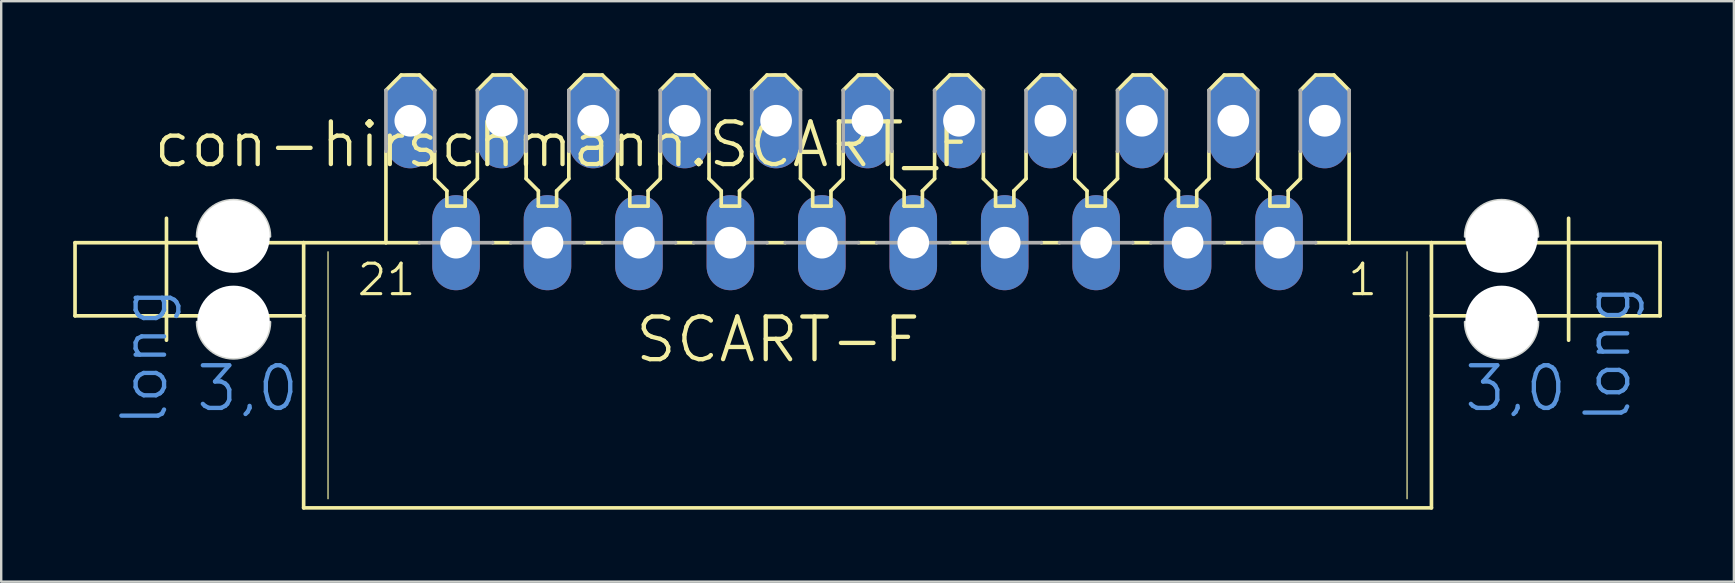
<source format=kicad_pcb>
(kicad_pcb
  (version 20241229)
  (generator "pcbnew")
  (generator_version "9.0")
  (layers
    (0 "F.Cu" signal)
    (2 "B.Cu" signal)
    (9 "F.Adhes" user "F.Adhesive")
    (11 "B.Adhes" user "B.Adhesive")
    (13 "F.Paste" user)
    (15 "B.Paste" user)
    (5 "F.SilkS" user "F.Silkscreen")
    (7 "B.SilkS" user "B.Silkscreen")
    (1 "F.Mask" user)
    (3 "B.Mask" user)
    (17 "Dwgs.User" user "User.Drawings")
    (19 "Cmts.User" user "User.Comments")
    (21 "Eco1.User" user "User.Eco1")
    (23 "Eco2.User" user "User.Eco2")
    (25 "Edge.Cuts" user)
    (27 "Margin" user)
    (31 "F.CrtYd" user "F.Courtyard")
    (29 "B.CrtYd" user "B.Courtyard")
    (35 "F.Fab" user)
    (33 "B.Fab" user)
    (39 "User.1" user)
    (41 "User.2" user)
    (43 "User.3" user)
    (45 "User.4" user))
  (footprint "con-hirschmann.SCART_F"
    (layer "F.Cu")
    (at 33.096 7.061)
    (property "Reference" "con-hirschmann.SCART_F" (at -29.845 -3.048 0) (layer "F.SilkS") (effects (font (size 1.778 1.778) (thickness 0.18)) (justify left bottom)))
    (attr through_hole)
    (fp_line (start -33.02 3.048) (end -33.02 0) (stroke (width 0.152) (type default)) (layer "F.SilkS"))
    (fp_line (start -33.02 3.048) (end -23.495 3.048) (stroke (width 0.152) (type default)) (layer "F.SilkS"))
    (fp_line (start -29.21 4.064) (end -29.21 -1.016) (stroke (width 0.152) (type default)) (layer "F.SilkS"))
    (fp_line (start -23.495 0) (end -33.02 0) (stroke (width 0.152) (type default)) (layer "F.SilkS"))
    (fp_line (start -23.495 3.048) (end -23.495 0) (stroke (width 0.152) (type default)) (layer "F.SilkS"))
    (fp_line (start -23.495 11.049) (end -23.495 3.048) (stroke (width 0.152) (type default)) (layer "F.SilkS"))
    (fp_line (start -23.495 11.049) (end 23.495 11.049) (stroke (width 0.152) (type default)) (layer "F.SilkS"))
    (fp_line (start -22.479 0.381) (end -22.479 10.668) (stroke (width 0.051) (type default)) (layer "F.SilkS"))
    (fp_line (start -20.066 0) (end -23.495 0) (stroke (width 0.152) (type default)) (layer "F.SilkS"))
    (fp_line (start -20.066 0) (end -20.066 -3.81) (stroke (width 0.152) (type default)) (layer "F.SilkS"))
    (fp_line (start -19.431 -6.985) (end -20.066 -6.35) (stroke (width 0.152) (type default)) (layer "F.SilkS"))
    (fp_line (start -18.669 -6.985) (end -19.431 -6.985) (stroke (width 0.152) (type default)) (layer "F.SilkS"))
    (fp_line (start -18.669 0) (end -20.066 0) (stroke (width 0.152) (type default)) (layer "F.SilkS"))
    (fp_line (start -18.034 -6.35) (end -18.669 -6.985) (stroke (width 0.152) (type default)) (layer "F.SilkS"))
    (fp_line (start -18.034 -2.667) (end -18.034 -3.81) (stroke (width 0.152) (type default)) (layer "F.SilkS"))
    (fp_line (start -17.526 -2.159) (end -18.034 -2.667) (stroke (width 0.152) (type default)) (layer "F.SilkS"))
    (fp_line (start -17.526 -1.524) (end -17.526 -2.159) (stroke (width 0.152) (type default)) (layer "F.SilkS"))
    (fp_line (start -16.764 -2.159) (end -16.764 -1.524) (stroke (width 0.152) (type default)) (layer "F.SilkS"))
    (fp_line (start -16.764 -1.524) (end -17.526 -1.524) (stroke (width 0.152) (type default)) (layer "F.SilkS"))
    (fp_line (start -16.256 -3.81) (end -16.256 -2.667) (stroke (width 0.152) (type default)) (layer "F.SilkS"))
    (fp_line (start -16.256 -2.667) (end -16.764 -2.159) (stroke (width 0.152) (type default)) (layer "F.SilkS"))
    (fp_line (start -15.621 -6.985) (end -16.256 -6.35) (stroke (width 0.152) (type default)) (layer "F.SilkS"))
    (fp_line (start -14.859 -6.985) (end -15.621 -6.985) (stroke (width 0.152) (type default)) (layer "F.SilkS"))
    (fp_line (start -14.859 0) (end -15.621 0) (stroke (width 0.152) (type default)) (layer "F.SilkS"))
    (fp_line (start -14.224 -6.35) (end -14.859 -6.985) (stroke (width 0.152) (type default)) (layer "F.SilkS"))
    (fp_line (start -14.224 -2.667) (end -14.224 -3.81) (stroke (width 0.152) (type default)) (layer "F.SilkS"))
    (fp_line (start -13.716 -2.159) (end -14.224 -2.667) (stroke (width 0.152) (type default)) (layer "F.SilkS"))
    (fp_line (start -13.716 -1.524) (end -13.716 -2.159) (stroke (width 0.152) (type default)) (layer "F.SilkS"))
    (fp_line (start -12.954 -2.159) (end -12.954 -1.524) (stroke (width 0.152) (type default)) (layer "F.SilkS"))
    (fp_line (start -12.954 -1.524) (end -13.716 -1.524) (stroke (width 0.152) (type default)) (layer "F.SilkS"))
    (fp_line (start -12.446 -3.81) (end -12.446 -2.667) (stroke (width 0.152) (type default)) (layer "F.SilkS"))
    (fp_line (start -12.446 -2.667) (end -12.954 -2.159) (stroke (width 0.152) (type default)) (layer "F.SilkS"))
    (fp_line (start -11.811 -6.985) (end -12.446 -6.35) (stroke (width 0.152) (type default)) (layer "F.SilkS"))
    (fp_line (start -11.049 -6.985) (end -11.811 -6.985) (stroke (width 0.152) (type default)) (layer "F.SilkS"))
    (fp_line (start -11.049 0) (end -11.811 0) (stroke (width 0.152) (type default)) (layer "F.SilkS"))
    (fp_line (start -10.414 -6.35) (end -11.049 -6.985) (stroke (width 0.152) (type default)) (layer "F.SilkS"))
    (fp_line (start -10.414 -2.667) (end -10.414 -3.81) (stroke (width 0.152) (type default)) (layer "F.SilkS"))
    (fp_line (start -9.906 -2.159) (end -10.414 -2.667) (stroke (width 0.152) (type default)) (layer "F.SilkS"))
    (fp_line (start -9.906 -1.524) (end -9.906 -2.159) (stroke (width 0.152) (type default)) (layer "F.SilkS"))
    (fp_line (start -9.144 -2.159) (end -9.144 -1.524) (stroke (width 0.152) (type default)) (layer "F.SilkS"))
    (fp_line (start -9.144 -1.524) (end -9.906 -1.524) (stroke (width 0.152) (type default)) (layer "F.SilkS"))
    (fp_line (start -8.636 -3.81) (end -8.636 -2.667) (stroke (width 0.152) (type default)) (layer "F.SilkS"))
    (fp_line (start -8.636 -2.667) (end -9.144 -2.159) (stroke (width 0.152) (type default)) (layer "F.SilkS"))
    (fp_line (start -8.001 -6.985) (end -8.636 -6.35) (stroke (width 0.152) (type default)) (layer "F.SilkS"))
    (fp_line (start -7.239 -6.985) (end -8.001 -6.985) (stroke (width 0.152) (type default)) (layer "F.SilkS"))
    (fp_line (start -7.239 0) (end -8.001 0) (stroke (width 0.152) (type default)) (layer "F.SilkS"))
    (fp_line (start -6.604 -6.35) (end -7.239 -6.985) (stroke (width 0.152) (type default)) (layer "F.SilkS"))
    (fp_line (start -6.604 -2.667) (end -6.604 -3.81) (stroke (width 0.152) (type default)) (layer "F.SilkS"))
    (fp_line (start -6.096 -2.159) (end -6.604 -2.667) (stroke (width 0.152) (type default)) (layer "F.SilkS"))
    (fp_line (start -6.096 -1.524) (end -6.096 -2.159) (stroke (width 0.152) (type default)) (layer "F.SilkS"))
    (fp_line (start -5.334 -2.159) (end -5.334 -1.524) (stroke (width 0.152) (type default)) (layer "F.SilkS"))
    (fp_line (start -5.334 -1.524) (end -6.096 -1.524) (stroke (width 0.152) (type default)) (layer "F.SilkS"))
    (fp_line (start -4.826 -3.81) (end -4.826 -2.667) (stroke (width 0.152) (type default)) (layer "F.SilkS"))
    (fp_line (start -4.826 -2.667) (end -5.334 -2.159) (stroke (width 0.152) (type default)) (layer "F.SilkS"))
    (fp_line (start -4.191 -6.985) (end -4.826 -6.35) (stroke (width 0.152) (type default)) (layer "F.SilkS"))
    (fp_line (start -3.429 -6.985) (end -4.191 -6.985) (stroke (width 0.152) (type default)) (layer "F.SilkS"))
    (fp_line (start -3.429 0) (end -4.191 0) (stroke (width 0.152) (type default)) (layer "F.SilkS"))
    (fp_line (start -2.794 -6.35) (end -3.429 -6.985) (stroke (width 0.152) (type default)) (layer "F.SilkS"))
    (fp_line (start -2.794 -2.667) (end -2.794 -3.81) (stroke (width 0.152) (type default)) (layer "F.SilkS"))
    (fp_line (start -2.286 -2.159) (end -2.794 -2.667) (stroke (width 0.152) (type default)) (layer "F.SilkS"))
    (fp_line (start -2.286 -1.524) (end -2.286 -2.159) (stroke (width 0.152) (type default)) (layer "F.SilkS"))
    (fp_line (start -1.524 -2.159) (end -1.524 -1.524) (stroke (width 0.152) (type default)) (layer "F.SilkS"))
    (fp_line (start -1.524 -1.524) (end -2.286 -1.524) (stroke (width 0.152) (type default)) (layer "F.SilkS"))
    (fp_line (start -1.016 -3.81) (end -1.016 -2.667) (stroke (width 0.152) (type default)) (layer "F.SilkS"))
    (fp_line (start -1.016 -2.667) (end -1.524 -2.159) (stroke (width 0.152) (type default)) (layer "F.SilkS"))
    (fp_line (start -0.381 -6.985) (end -1.016 -6.35) (stroke (width 0.152) (type default)) (layer "F.SilkS"))
    (fp_line (start 0.381 -6.985) (end -0.381 -6.985) (stroke (width 0.152) (type default)) (layer "F.SilkS"))
    (fp_line (start 0.381 0) (end -0.381 0) (stroke (width 0.152) (type default)) (layer "F.SilkS"))
    (fp_line (start 1.016 -6.35) (end 0.381 -6.985) (stroke (width 0.152) (type default)) (layer "F.SilkS"))
    (fp_line (start 1.016 -2.667) (end 1.016 -3.81) (stroke (width 0.152) (type default)) (layer "F.SilkS"))
    (fp_line (start 1.524 -2.159) (end 1.016 -2.667) (stroke (width 0.152) (type default)) (layer "F.SilkS"))
    (fp_line (start 1.524 -1.524) (end 1.524 -2.159) (stroke (width 0.152) (type default)) (layer "F.SilkS"))
    (fp_line (start 2.286 -2.159) (end 2.286 -1.524) (stroke (width 0.152) (type default)) (layer "F.SilkS"))
    (fp_line (start 2.286 -1.524) (end 1.524 -1.524) (stroke (width 0.152) (type default)) (layer "F.SilkS"))
    (fp_line (start 2.794 -3.81) (end 2.794 -2.667) (stroke (width 0.152) (type default)) (layer "F.SilkS"))
    (fp_line (start 2.794 -2.667) (end 2.286 -2.159) (stroke (width 0.152) (type default)) (layer "F.SilkS"))
    (fp_line (start 3.429 -6.985) (end 2.794 -6.35) (stroke (width 0.152) (type default)) (layer "F.SilkS"))
    (fp_line (start 4.191 -6.985) (end 3.429 -6.985) (stroke (width 0.152) (type default)) (layer "F.SilkS"))
    (fp_line (start 4.191 0) (end 3.429 0) (stroke (width 0.152) (type default)) (layer "F.SilkS"))
    (fp_line (start 4.826 -6.35) (end 4.191 -6.985) (stroke (width 0.152) (type default)) (layer "F.SilkS"))
    (fp_line (start 4.826 -2.667) (end 4.826 -3.81) (stroke (width 0.152) (type default)) (layer "F.SilkS"))
    (fp_line (start 5.334 -2.159) (end 4.826 -2.667) (stroke (width 0.152) (type default)) (layer "F.SilkS"))
    (fp_line (start 5.334 -1.524) (end 5.334 -2.159) (stroke (width 0.152) (type default)) (layer "F.SilkS"))
    (fp_line (start 6.096 -2.159) (end 6.096 -1.524) (stroke (width 0.152) (type default)) (layer "F.SilkS"))
    (fp_line (start 6.096 -1.524) (end 5.334 -1.524) (stroke (width 0.152) (type default)) (layer "F.SilkS"))
    (fp_line (start 6.604 -3.81) (end 6.604 -2.667) (stroke (width 0.152) (type default)) (layer "F.SilkS"))
    (fp_line (start 6.604 -2.667) (end 6.096 -2.159) (stroke (width 0.152) (type default)) (layer "F.SilkS"))
    (fp_line (start 7.239 -6.985) (end 6.604 -6.35) (stroke (width 0.152) (type default)) (layer "F.SilkS"))
    (fp_line (start 8.001 -6.985) (end 7.239 -6.985) (stroke (width 0.152) (type default)) (layer "F.SilkS"))
    (fp_line (start 8.001 0) (end 7.239 0) (stroke (width 0.152) (type default)) (layer "F.SilkS"))
    (fp_line (start 8.636 -6.35) (end 8.001 -6.985) (stroke (width 0.152) (type default)) (layer "F.SilkS"))
    (fp_line (start 8.636 -2.667) (end 8.636 -3.81) (stroke (width 0.152) (type default)) (layer "F.SilkS"))
    (fp_line (start 9.144 -2.159) (end 8.636 -2.667) (stroke (width 0.152) (type default)) (layer "F.SilkS"))
    (fp_line (start 9.144 -1.524) (end 9.144 -2.159) (stroke (width 0.152) (type default)) (layer "F.SilkS"))
    (fp_line (start 9.906 -2.159) (end 9.906 -1.524) (stroke (width 0.152) (type default)) (layer "F.SilkS"))
    (fp_line (start 9.906 -1.524) (end 9.144 -1.524) (stroke (width 0.152) (type default)) (layer "F.SilkS"))
    (fp_line (start 10.414 -3.81) (end 10.414 -2.667) (stroke (width 0.152) (type default)) (layer "F.SilkS"))
    (fp_line (start 10.414 -2.667) (end 9.906 -2.159) (stroke (width 0.152) (type default)) (layer "F.SilkS"))
    (fp_line (start 11.049 -6.985) (end 10.414 -6.35) (stroke (width 0.152) (type default)) (layer "F.SilkS"))
    (fp_line (start 11.811 -6.985) (end 11.049 -6.985) (stroke (width 0.152) (type default)) (layer "F.SilkS"))
    (fp_line (start 11.811 0) (end 11.049 0) (stroke (width 0.152) (type default)) (layer "F.SilkS"))
    (fp_line (start 12.446 -6.35) (end 11.811 -6.985) (stroke (width 0.152) (type default)) (layer "F.SilkS"))
    (fp_line (start 12.446 -2.667) (end 12.446 -3.81) (stroke (width 0.152) (type default)) (layer "F.SilkS"))
    (fp_line (start 12.954 -2.159) (end 12.446 -2.667) (stroke (width 0.152) (type default)) (layer "F.SilkS"))
    (fp_line (start 12.954 -1.524) (end 12.954 -2.159) (stroke (width 0.152) (type default)) (layer "F.SilkS"))
    (fp_line (start 13.716 -2.159) (end 13.716 -1.524) (stroke (width 0.152) (type default)) (layer "F.SilkS"))
    (fp_line (start 13.716 -1.524) (end 12.954 -1.524) (stroke (width 0.152) (type default)) (layer "F.SilkS"))
    (fp_line (start 14.224 -3.81) (end 14.224 -2.667) (stroke (width 0.152) (type default)) (layer "F.SilkS"))
    (fp_line (start 14.224 -2.667) (end 13.716 -2.159) (stroke (width 0.152) (type default)) (layer "F.SilkS"))
    (fp_line (start 14.859 -6.985) (end 14.224 -6.35) (stroke (width 0.152) (type default)) (layer "F.SilkS"))
    (fp_line (start 15.621 -6.985) (end 14.859 -6.985) (stroke (width 0.152) (type default)) (layer "F.SilkS"))
    (fp_line (start 15.621 0) (end 14.859 0) (stroke (width 0.152) (type default)) (layer "F.SilkS"))
    (fp_line (start 16.256 -6.35) (end 15.621 -6.985) (stroke (width 0.152) (type default)) (layer "F.SilkS"))
    (fp_line (start 16.256 -2.667) (end 16.256 -3.81) (stroke (width 0.152) (type default)) (layer "F.SilkS"))
    (fp_line (start 16.764 -2.159) (end 16.256 -2.667) (stroke (width 0.152) (type default)) (layer "F.SilkS"))
    (fp_line (start 16.764 -1.524) (end 16.764 -2.159) (stroke (width 0.152) (type default)) (layer "F.SilkS"))
    (fp_line (start 17.526 -2.159) (end 17.526 -1.524) (stroke (width 0.152) (type default)) (layer "F.SilkS"))
    (fp_line (start 17.526 -1.524) (end 16.764 -1.524) (stroke (width 0.152) (type default)) (layer "F.SilkS"))
    (fp_line (start 18.034 -3.81) (end 18.034 -2.667) (stroke (width 0.152) (type default)) (layer "F.SilkS"))
    (fp_line (start 18.034 -2.667) (end 17.526 -2.159) (stroke (width 0.152) (type default)) (layer "F.SilkS"))
    (fp_line (start 18.669 -6.985) (end 18.034 -6.35) (stroke (width 0.152) (type default)) (layer "F.SilkS"))
    (fp_line (start 18.669 -6.985) (end 19.431 -6.985) (stroke (width 0.152) (type default)) (layer "F.SilkS"))
    (fp_line (start 20.066 -6.35) (end 19.431 -6.985) (stroke (width 0.152) (type default)) (layer "F.SilkS"))
    (fp_line (start 20.066 0) (end 18.669 0) (stroke (width 0.152) (type default)) (layer "F.SilkS"))
    (fp_line (start 20.066 0) (end 20.066 -3.81) (stroke (width 0.152) (type default)) (layer "F.SilkS"))
    (fp_line (start 22.479 0.381) (end 22.479 10.668) (stroke (width 0.051) (type default)) (layer "F.SilkS"))
    (fp_line (start 23.495 0) (end 20.066 0) (stroke (width 0.152) (type default)) (layer "F.SilkS"))
    (fp_line (start 23.495 3.048) (end 23.495 0) (stroke (width 0.152) (type default)) (layer "F.SilkS"))
    (fp_line (start 23.495 3.048) (end 33.02 3.048) (stroke (width 0.152) (type default)) (layer "F.SilkS"))
    (fp_line (start 23.495 11.049) (end 23.495 3.048) (stroke (width 0.152) (type default)) (layer "F.SilkS"))
    (fp_line (start 29.21 4.064) (end 29.21 -1.016) (stroke (width 0.152) (type default)) (layer "F.SilkS"))
    (fp_line (start 33.02 0) (end 23.495 0) (stroke (width 0.152) (type default)) (layer "F.SilkS"))
    (fp_line (start 33.02 3.048) (end 33.02 0) (stroke (width 0.152) (type default)) (layer "F.SilkS"))
    (fp_line (start -27.94 3.302) (end -27.94 -0.254) (stroke (width 0.002) (type default)) (layer "Edge.Cuts"))
    (fp_line (start -24.892 -0.254) (end -24.892 3.302) (stroke (width 0.002) (type default)) (layer "Edge.Cuts"))
    (fp_line (start 24.892 3.302) (end 24.892 -0.254) (stroke (width 0.002) (type default)) (layer "Edge.Cuts"))
    (fp_line (start 27.94 -0.254) (end 27.94 3.302) (stroke (width 0.002) (type default)) (layer "Edge.Cuts"))
    (fp_arc (start -27.94 -0.254) (mid -26.416 -1.778) (end -24.892 -0.254) (stroke (width 0.1) (type default)) (layer "Edge.Cuts"))
    (fp_arc (start -24.892 3.302) (mid -26.416 4.826) (end -27.94 3.302) (stroke (width 0.1) (type default)) (layer "Edge.Cuts"))
    (fp_arc (start 24.892 -0.254) (mid 26.416 -1.778) (end 27.94 -0.254) (stroke (width 0.1) (type default)) (layer "Edge.Cuts"))
    (fp_arc (start 27.94 3.302) (mid 26.416 4.826) (end 24.892 3.302) (stroke (width 0.1) (type default)) (layer "Edge.Cuts"))
    (fp_line (start -20.066 -6.35) (end -20.066 -3.81) (stroke (width 0.152) (type default)) (layer "F.Fab"))
    (fp_line (start -18.669 0) (end -15.621 0) (stroke (width 0.152) (type default)) (layer "F.Fab"))
    (fp_line (start -18.034 -3.81) (end -18.034 -6.35) (stroke (width 0.152) (type default)) (layer "F.Fab"))
    (fp_line (start -16.256 -6.35) (end -16.256 -3.81) (stroke (width 0.152) (type default)) (layer "F.Fab"))
    (fp_line (start -14.859 0) (end -11.811 0) (stroke (width 0.152) (type default)) (layer "F.Fab"))
    (fp_line (start -14.224 -3.81) (end -14.224 -6.35) (stroke (width 0.152) (type default)) (layer "F.Fab"))
    (fp_line (start -12.446 -6.35) (end -12.446 -3.81) (stroke (width 0.152) (type default)) (layer "F.Fab"))
    (fp_line (start -11.049 0) (end -8.001 0) (stroke (width 0.152) (type default)) (layer "F.Fab"))
    (fp_line (start -10.414 -3.81) (end -10.414 -6.35) (stroke (width 0.152) (type default)) (layer "F.Fab"))
    (fp_line (start -8.636 -6.35) (end -8.636 -3.81) (stroke (width 0.152) (type default)) (layer "F.Fab"))
    (fp_line (start -7.239 0) (end -4.191 0) (stroke (width 0.152) (type default)) (layer "F.Fab"))
    (fp_line (start -6.604 -3.81) (end -6.604 -6.35) (stroke (width 0.152) (type default)) (layer "F.Fab"))
    (fp_line (start -4.826 -6.35) (end -4.826 -3.81) (stroke (width 0.152) (type default)) (layer "F.Fab"))
    (fp_line (start -3.429 0) (end -0.381 0) (stroke (width 0.152) (type default)) (layer "F.Fab"))
    (fp_line (start -2.794 -3.81) (end -2.794 -6.35) (stroke (width 0.152) (type default)) (layer "F.Fab"))
    (fp_line (start -1.016 -6.35) (end -1.016 -3.81) (stroke (width 0.152) (type default)) (layer "F.Fab"))
    (fp_line (start 0.381 0) (end 3.429 0) (stroke (width 0.152) (type default)) (layer "F.Fab"))
    (fp_line (start 1.016 -3.81) (end 1.016 -6.35) (stroke (width 0.152) (type default)) (layer "F.Fab"))
    (fp_line (start 2.794 -6.35) (end 2.794 -3.81) (stroke (width 0.152) (type default)) (layer "F.Fab"))
    (fp_line (start 4.191 0) (end 7.239 0) (stroke (width 0.152) (type default)) (layer "F.Fab"))
    (fp_line (start 4.826 -3.81) (end 4.826 -6.35) (stroke (width 0.152) (type default)) (layer "F.Fab"))
    (fp_line (start 6.604 -6.35) (end 6.604 -3.81) (stroke (width 0.152) (type default)) (layer "F.Fab"))
    (fp_line (start 8.001 0) (end 11.049 0) (stroke (width 0.152) (type default)) (layer "F.Fab"))
    (fp_line (start 8.636 -3.81) (end 8.636 -6.35) (stroke (width 0.152) (type default)) (layer "F.Fab"))
    (fp_line (start 10.414 -6.35) (end 10.414 -3.81) (stroke (width 0.152) (type default)) (layer "F.Fab"))
    (fp_line (start 11.811 0) (end 14.859 0) (stroke (width 0.152) (type default)) (layer "F.Fab"))
    (fp_line (start 12.446 -3.81) (end 12.446 -6.35) (stroke (width 0.152) (type default)) (layer "F.Fab"))
    (fp_line (start 14.224 -6.35) (end 14.224 -3.81) (stroke (width 0.152) (type default)) (layer "F.Fab"))
    (fp_line (start 15.621 0) (end 18.669 0) (stroke (width 0.152) (type default)) (layer "F.Fab"))
    (fp_line (start 16.256 -3.81) (end 16.256 -6.35) (stroke (width 0.152) (type default)) (layer "F.Fab"))
    (fp_line (start 18.034 -6.35) (end 18.034 -3.81) (stroke (width 0.152) (type default)) (layer "F.Fab"))
    (fp_line (start 20.066 -3.81) (end 20.066 -6.35) (stroke (width 0.152) (type default)) (layer "F.Fab"))
    (fp_text user "21" (at -21.336 2.286 0) (layer "F.SilkS") (effects (font (size 1.27 1.27) (thickness 0.13)) (justify left bottom)))
    (fp_text user "1" (at 19.939 2.286 0) (layer "F.SilkS") (effects (font (size 1.27 1.27) (thickness 0.13)) (justify left bottom)))
    (fp_text user "SCART-F" (at -9.779 5.08 0) (layer "F.SilkS") (effects (font (size 1.778 1.778) (thickness 0.18)) (justify left bottom)))
    (fp_text user "long" (at 31.877 7.62 90) (layer "Cmts.User") (effects (font (size 1.778 1.778) (thickness 0.18)) (justify left bottom)))
    (fp_text user "long " (at -29.083 7.747 90) (layer "Cmts.User") (effects (font (size 1.778 1.778) (thickness 0.18)) (justify left bottom)))
    (fp_text user "3,0" (at 24.765 7.112 0) (layer "Cmts.User") (effects (font (size 1.778 1.778) (thickness 0.18)) (justify left bottom)))
    (fp_text user "3,0 " (at -28.067 7.112 0) (layer "Cmts.User") (effects (font (size 1.778 1.778) (thickness 0.18)) (justify left bottom)))
    (pad "" np_thru_hole circle (at -26.416 -0.254) (size 3.023 3.023) (drill 3.023) (layers "*.Cu" "*.Mask"))
    (pad "" np_thru_hole circle (at -26.416 3.302) (size 3.023 3.023) (drill 3.023) (layers "*.Cu" "*.Mask"))
    (pad "" np_thru_hole circle (at 26.416 -0.254) (size 3.023 3.023) (drill 3.023) (layers "*.Cu" "*.Mask"))
    (pad "" np_thru_hole circle (at 26.416 3.302) (size 3.023 3.023) (drill 3.023) (layers "*.Cu" "*.Mask"))
    (pad "1" thru_hole oval (at 19.05 -5.08 90) (size 3.962 1.981) (drill 1.321) (layers "*.Cu" "*.Mask"))
    (pad "2" thru_hole oval (at 17.145 0 90) (size 3.962 1.981) (drill 1.321) (layers "*.Cu" "*.Mask"))
    (pad "3" thru_hole oval (at 15.24 -5.08 90) (size 3.962 1.981) (drill 1.321) (layers "*.Cu" "*.Mask"))
    (pad "4" thru_hole oval (at 13.335 0 90) (size 3.962 1.981) (drill 1.321) (layers "*.Cu" "*.Mask"))
    (pad "5" thru_hole oval (at 11.43 -5.08 90) (size 3.962 1.981) (drill 1.321) (layers "*.Cu" "*.Mask"))
    (pad "6" thru_hole oval (at 9.525 0 90) (size 3.962 1.981) (drill 1.321) (layers "*.Cu" "*.Mask"))
    (pad "7" thru_hole oval (at 7.62 -5.08 90) (size 3.962 1.981) (drill 1.321) (layers "*.Cu" "*.Mask"))
    (pad "8" thru_hole oval (at 5.715 0 90) (size 3.962 1.981) (drill 1.321) (layers "*.Cu" "*.Mask"))
    (pad "9" thru_hole oval (at 3.81 -5.08 90) (size 3.962 1.981) (drill 1.321) (layers "*.Cu" "*.Mask"))
    (pad "10" thru_hole oval (at 1.905 0 90) (size 3.962 1.981) (drill 1.321) (layers "*.Cu" "*.Mask"))
    (pad "11" thru_hole oval (at 0 -5.08 90) (size 3.962 1.981) (drill 1.321) (layers "*.Cu" "*.Mask"))
    (pad "12" thru_hole oval (at -1.905 0 90) (size 3.962 1.981) (drill 1.321) (layers "*.Cu" "*.Mask"))
    (pad "13" thru_hole oval (at -3.81 -5.08 90) (size 3.962 1.981) (drill 1.321) (layers "*.Cu" "*.Mask"))
    (pad "14" thru_hole oval (at -5.715 0 90) (size 3.962 1.981) (drill 1.321) (layers "*.Cu" "*.Mask"))
    (pad "15" thru_hole oval (at -7.62 -5.08 90) (size 3.962 1.981) (drill 1.321) (layers "*.Cu" "*.Mask"))
    (pad "16" thru_hole oval (at -9.525 0 90) (size 3.962 1.981) (drill 1.321) (layers "*.Cu" "*.Mask"))
    (pad "17" thru_hole oval (at -11.43 -5.08 90) (size 3.962 1.981) (drill 1.321) (layers "*.Cu" "*.Mask"))
    (pad "18" thru_hole oval (at -13.335 0 90) (size 3.962 1.981) (drill 1.321) (layers "*.Cu" "*.Mask"))
    (pad "19" thru_hole oval (at -15.24 -5.08 90) (size 3.962 1.981) (drill 1.321) (layers "*.Cu" "*.Mask"))
    (pad "20" thru_hole oval (at -17.145 0 90) (size 3.962 1.981) (drill 1.321) (layers "*.Cu" "*.Mask"))
    (pad "21" thru_hole oval (at -19.05 -5.08 90) (size 3.962 1.981) (drill 1.321) (layers "*.Cu" "*.Mask")))
  (gr_rect
    (start -3 -3)
    (end 69.192 21.186)
    (stroke (width 0.1) (type default))
    (fill no)
    (layer "Edge.Cuts")))
</source>
